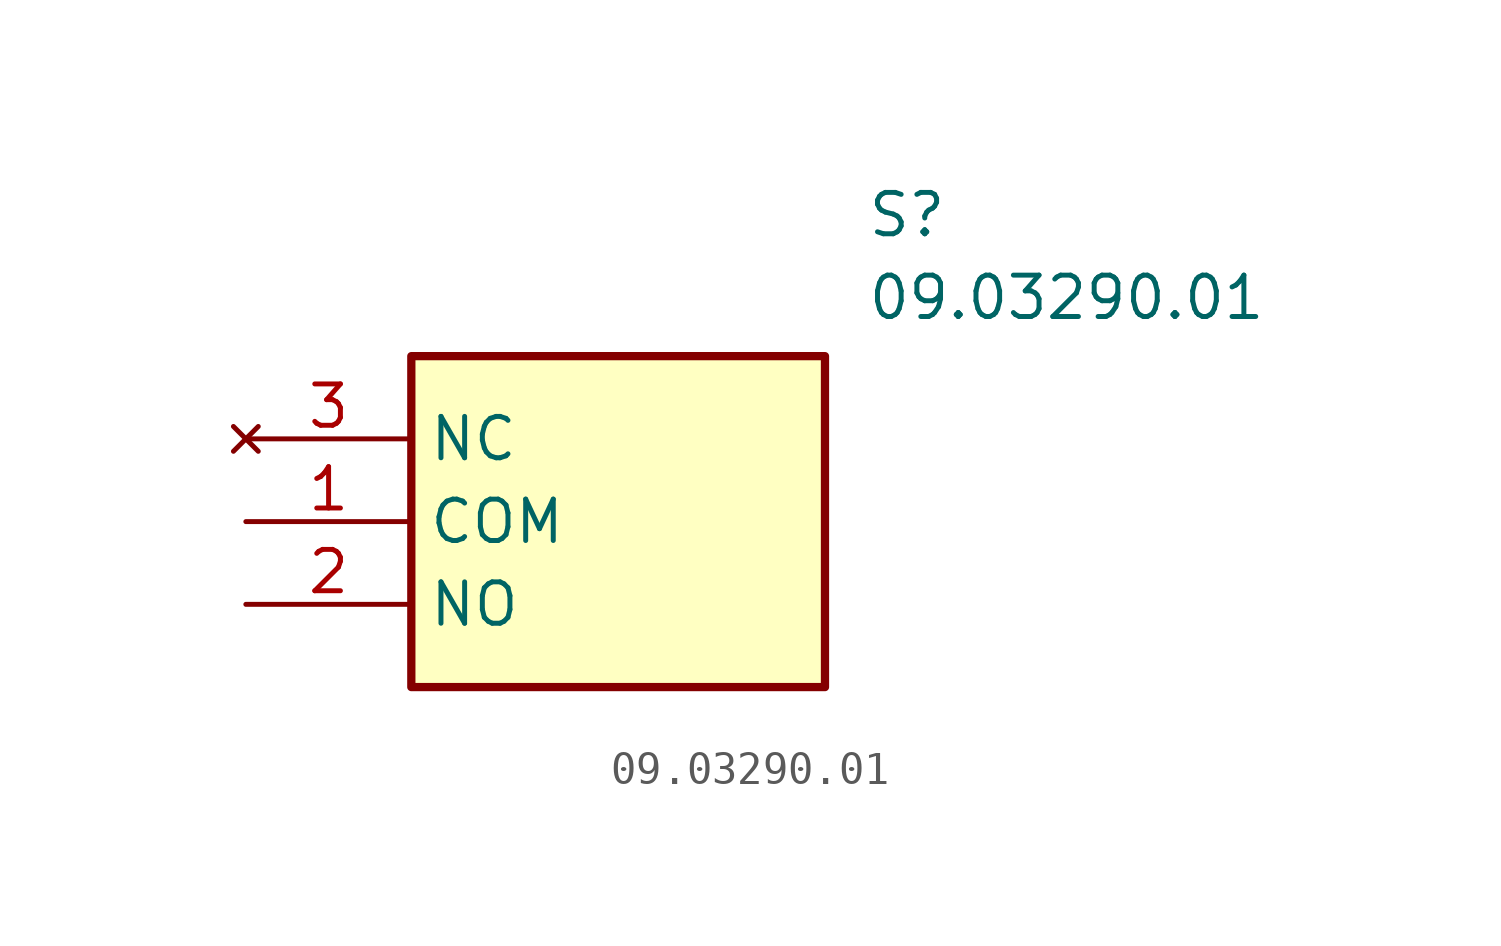
<source format=kicad_sym>
(kicad_symbol_lib
  (version 20220914)
  (generator kicad_symbol_editor)
  (symbol "09.03290.01"
    (property "Reference" "S"
      (at 19.05 7.62 0)
      (effects (font (size 1.27 1.27)) (justify left top)))
    (property "Value" "09.03290.01"
      (at 19.05 5.08 0)
      (effects (font (size 1.27 1.27)) (justify left top)))
    (symbol "09.03290.01_1_1"
      (rectangle (start 5.08 2.54) (end 17.78 -7.62) (stroke (width 0.254) (type default)) (fill (type background)))
      (pin passive line (at 0 -2.54 0) (length 5.08) (name "COM" (effects (font (size 1.27 1.27)))) (number "1" (effects (font (size 1.27 1.27)))))
      (pin passive line (at 0 -5.08 0) (length 5.08) (name "NO" (effects (font (size 1.27 1.27)))) (number "2" (effects (font (size 1.27 1.27)))))
      (pin no_connect line (at 0 0 0) (length 5.08) (name "NC" (effects (font (size 1.27 1.27)))) (number "3" (effects (font (size 1.27 1.27))))))))
</source>
